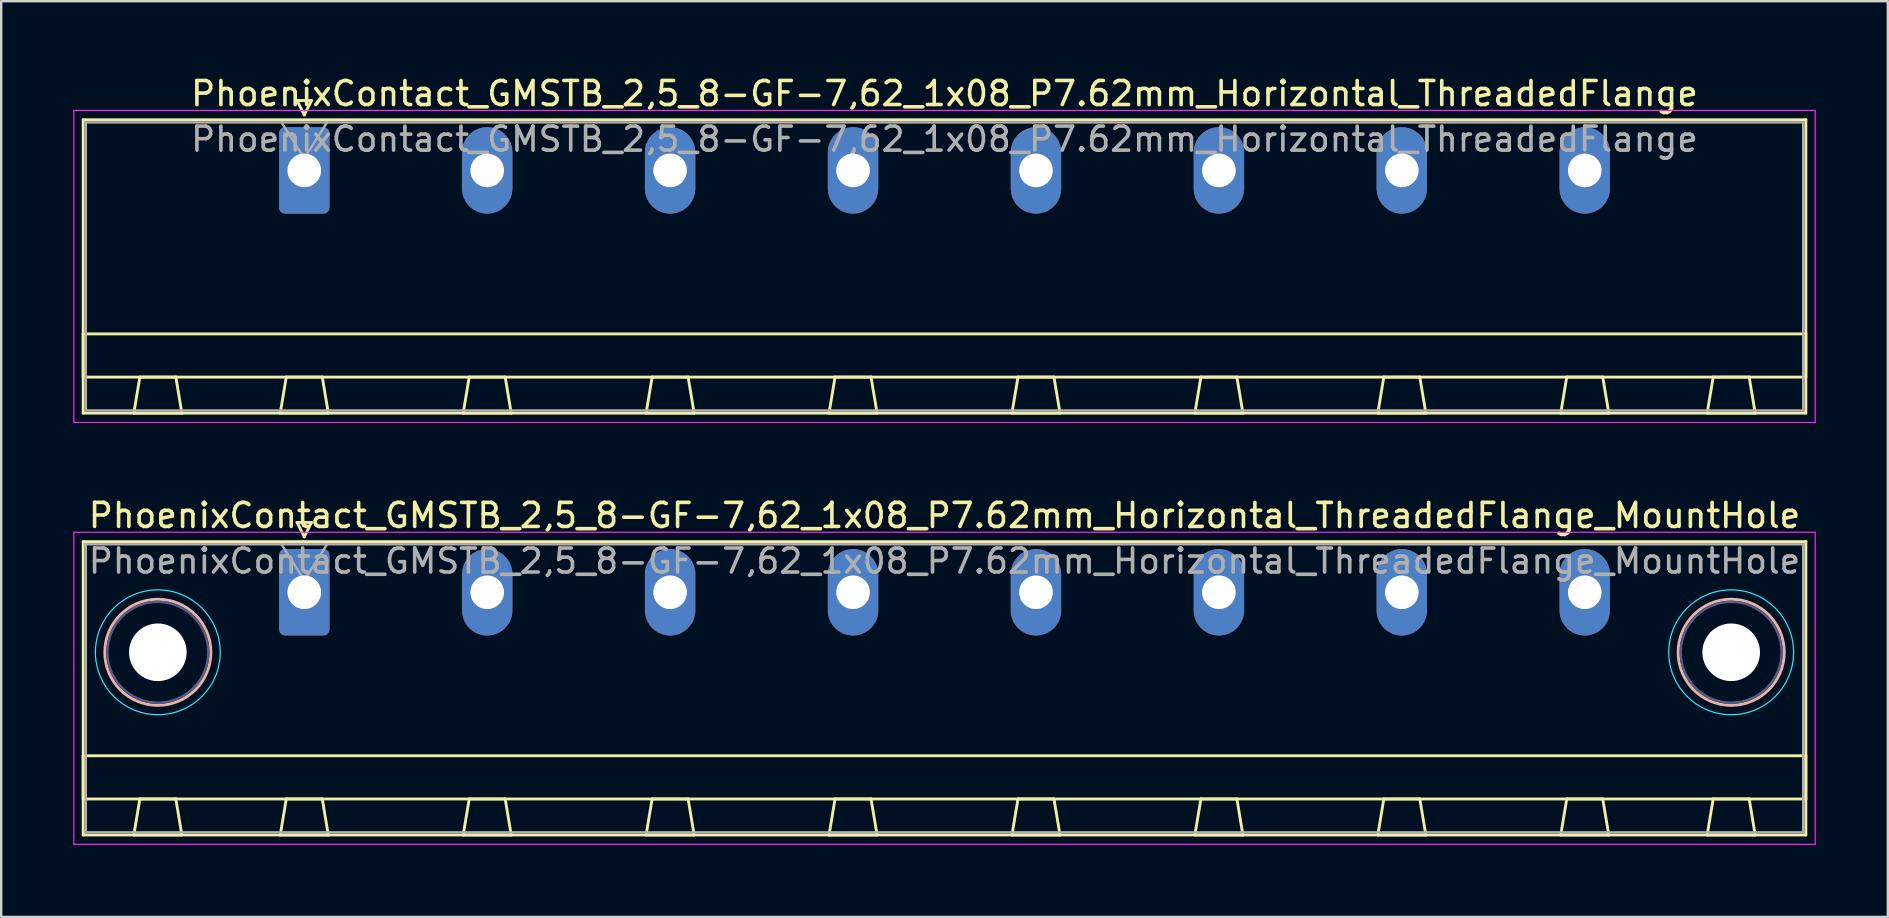
<source format=kicad_pcb>
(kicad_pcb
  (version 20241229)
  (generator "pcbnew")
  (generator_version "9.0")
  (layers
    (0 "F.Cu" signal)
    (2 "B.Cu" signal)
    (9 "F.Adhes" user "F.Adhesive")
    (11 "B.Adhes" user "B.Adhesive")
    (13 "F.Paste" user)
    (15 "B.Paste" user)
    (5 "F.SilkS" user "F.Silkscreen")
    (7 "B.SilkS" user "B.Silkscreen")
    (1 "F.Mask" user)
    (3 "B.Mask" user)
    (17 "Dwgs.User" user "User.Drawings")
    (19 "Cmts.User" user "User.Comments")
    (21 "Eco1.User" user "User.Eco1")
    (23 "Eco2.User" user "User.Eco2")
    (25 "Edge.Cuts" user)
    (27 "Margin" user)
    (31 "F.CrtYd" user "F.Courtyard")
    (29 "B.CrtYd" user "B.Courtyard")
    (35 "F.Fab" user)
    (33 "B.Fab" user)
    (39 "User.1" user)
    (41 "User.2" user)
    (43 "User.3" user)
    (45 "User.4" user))
  (footprint "PhoenixContact_GMSTB_2,5_8-GF-7,62_1x08_P7.62mm_Horizontal_ThreadedFlange_MountHole"
    (layer "F.Cu")
    (at 9.625 21.622)
    (property "Reference" "PhoenixContact_GMSTB_2,5_8-GF-7,62_1x08_P7.62mm_Horizontal_ThreadedFlange_MountHole" (at 26.67 -3.2 0) (layer "F.SilkS") (effects (font (size 1 1) (thickness 0.15))))
    (attr through_hole)
    (fp_line (start -9.21 -2.11) (end -9.21 10.11) (stroke (width 0.12) (type solid)) (layer "F.SilkS"))
    (fp_line (start -9.21 6.81) (end 62.55 6.81) (stroke (width 0.12) (type solid)) (layer "F.SilkS"))
    (fp_line (start -9.21 8.61) (end -9.21 6.81) (stroke (width 0.12) (type solid)) (layer "F.SilkS"))
    (fp_line (start -9.21 10.11) (end 62.55 10.11) (stroke (width 0.12) (type solid)) (layer "F.SilkS"))
    (fp_line (start -7.1 10.11) (end -5.1 10.11) (stroke (width 0.12) (type solid)) (layer "F.SilkS"))
    (fp_line (start -6.85 8.61) (end -7.1 10.11) (stroke (width 0.12) (type solid)) (layer "F.SilkS"))
    (fp_line (start -5.35 8.61) (end -6.85 8.61) (stroke (width 0.12) (type solid)) (layer "F.SilkS"))
    (fp_line (start -5.1 10.11) (end -5.35 8.61) (stroke (width 0.12) (type solid)) (layer "F.SilkS"))
    (fp_line (start -1 10.11) (end 1 10.11) (stroke (width 0.12) (type solid)) (layer "F.SilkS"))
    (fp_line (start -0.75 8.61) (end -1 10.11) (stroke (width 0.12) (type solid)) (layer "F.SilkS"))
    (fp_line (start -0.3 -2.91) (end 0.3 -2.91) (stroke (width 0.12) (type solid)) (layer "F.SilkS"))
    (fp_line (start 0 -2.31) (end -0.3 -2.91) (stroke (width 0.12) (type solid)) (layer "F.SilkS"))
    (fp_line (start 0.3 -2.91) (end 0 -2.31) (stroke (width 0.12) (type solid)) (layer "F.SilkS"))
    (fp_line (start 0.75 8.61) (end -0.75 8.61) (stroke (width 0.12) (type solid)) (layer "F.SilkS"))
    (fp_line (start 1 10.11) (end 0.75 8.61) (stroke (width 0.12) (type solid)) (layer "F.SilkS"))
    (fp_line (start 6.62 10.11) (end 8.62 10.11) (stroke (width 0.12) (type solid)) (layer "F.SilkS"))
    (fp_line (start 6.87 8.61) (end 6.62 10.11) (stroke (width 0.12) (type solid)) (layer "F.SilkS"))
    (fp_line (start 8.37 8.61) (end 6.87 8.61) (stroke (width 0.12) (type solid)) (layer "F.SilkS"))
    (fp_line (start 8.62 10.11) (end 8.37 8.61) (stroke (width 0.12) (type solid)) (layer "F.SilkS"))
    (fp_line (start 14.24 10.11) (end 16.24 10.11) (stroke (width 0.12) (type solid)) (layer "F.SilkS"))
    (fp_line (start 14.49 8.61) (end 14.24 10.11) (stroke (width 0.12) (type solid)) (layer "F.SilkS"))
    (fp_line (start 15.99 8.61) (end 14.49 8.61) (stroke (width 0.12) (type solid)) (layer "F.SilkS"))
    (fp_line (start 16.24 10.11) (end 15.99 8.61) (stroke (width 0.12) (type solid)) (layer "F.SilkS"))
    (fp_line (start 21.86 10.11) (end 23.86 10.11) (stroke (width 0.12) (type solid)) (layer "F.SilkS"))
    (fp_line (start 22.11 8.61) (end 21.86 10.11) (stroke (width 0.12) (type solid)) (layer "F.SilkS"))
    (fp_line (start 23.61 8.61) (end 22.11 8.61) (stroke (width 0.12) (type solid)) (layer "F.SilkS"))
    (fp_line (start 23.86 10.11) (end 23.61 8.61) (stroke (width 0.12) (type solid)) (layer "F.SilkS"))
    (fp_line (start 29.48 10.11) (end 31.48 10.11) (stroke (width 0.12) (type solid)) (layer "F.SilkS"))
    (fp_line (start 29.73 8.61) (end 29.48 10.11) (stroke (width 0.12) (type solid)) (layer "F.SilkS"))
    (fp_line (start 31.23 8.61) (end 29.73 8.61) (stroke (width 0.12) (type solid)) (layer "F.SilkS"))
    (fp_line (start 31.48 10.11) (end 31.23 8.61) (stroke (width 0.12) (type solid)) (layer "F.SilkS"))
    (fp_line (start 37.1 10.11) (end 39.1 10.11) (stroke (width 0.12) (type solid)) (layer "F.SilkS"))
    (fp_line (start 37.35 8.61) (end 37.1 10.11) (stroke (width 0.12) (type solid)) (layer "F.SilkS"))
    (fp_line (start 38.85 8.61) (end 37.35 8.61) (stroke (width 0.12) (type solid)) (layer "F.SilkS"))
    (fp_line (start 39.1 10.11) (end 38.85 8.61) (stroke (width 0.12) (type solid)) (layer "F.SilkS"))
    (fp_line (start 44.72 10.11) (end 46.72 10.11) (stroke (width 0.12) (type solid)) (layer "F.SilkS"))
    (fp_line (start 44.97 8.61) (end 44.72 10.11) (stroke (width 0.12) (type solid)) (layer "F.SilkS"))
    (fp_line (start 46.47 8.61) (end 44.97 8.61) (stroke (width 0.12) (type solid)) (layer "F.SilkS"))
    (fp_line (start 46.72 10.11) (end 46.47 8.61) (stroke (width 0.12) (type solid)) (layer "F.SilkS"))
    (fp_line (start 52.34 10.11) (end 54.34 10.11) (stroke (width 0.12) (type solid)) (layer "F.SilkS"))
    (fp_line (start 52.59 8.61) (end 52.34 10.11) (stroke (width 0.12) (type solid)) (layer "F.SilkS"))
    (fp_line (start 54.09 8.61) (end 52.59 8.61) (stroke (width 0.12) (type solid)) (layer "F.SilkS"))
    (fp_line (start 54.34 10.11) (end 54.09 8.61) (stroke (width 0.12) (type solid)) (layer "F.SilkS"))
    (fp_line (start 58.44 10.11) (end 60.44 10.11) (stroke (width 0.12) (type solid)) (layer "F.SilkS"))
    (fp_line (start 58.69 8.61) (end 58.44 10.11) (stroke (width 0.12) (type solid)) (layer "F.SilkS"))
    (fp_line (start 60.19 8.61) (end 58.69 8.61) (stroke (width 0.12) (type solid)) (layer "F.SilkS"))
    (fp_line (start 60.44 10.11) (end 60.19 8.61) (stroke (width 0.12) (type solid)) (layer "F.SilkS"))
    (fp_line (start 62.55 -2.11) (end -9.21 -2.11) (stroke (width 0.12) (type solid)) (layer "F.SilkS"))
    (fp_line (start 62.55 6.81) (end 62.55 8.61) (stroke (width 0.12) (type solid)) (layer "F.SilkS"))
    (fp_line (start 62.55 8.61) (end -9.21 8.61) (stroke (width 0.12) (type solid)) (layer "F.SilkS"))
    (fp_line (start 62.55 10.11) (end 62.55 -2.11) (stroke (width 0.12) (type solid)) (layer "F.SilkS"))
    (fp_circle (center -6.1 2.5) (end -3.89 2.5) (stroke (width 0.12) (type solid)) (fill no) (layer "B.SilkS"))
    (fp_circle (center 59.44 2.5) (end 61.65 2.5) (stroke (width 0.12) (type solid)) (fill no) (layer "B.SilkS"))
    (fp_circle (center -6.1 2.5) (end -3.5 2.5) (stroke (width 0.05) (type solid)) (fill no) (layer "B.CrtYd"))
    (fp_circle (center 59.44 2.5) (end 62.04 2.5) (stroke (width 0.05) (type solid)) (fill no) (layer "B.CrtYd"))
    (fp_line (start -9.6 -2.5) (end -9.6 10.5) (stroke (width 0.05) (type solid)) (layer "F.CrtYd"))
    (fp_line (start -9.6 10.5) (end 62.94 10.5) (stroke (width 0.05) (type solid)) (layer "F.CrtYd"))
    (fp_line (start 62.94 -2.5) (end -9.6 -2.5) (stroke (width 0.05) (type solid)) (layer "F.CrtYd"))
    (fp_line (start 62.94 10.5) (end 62.94 -2.5) (stroke (width 0.05) (type solid)) (layer "F.CrtYd"))
    (fp_circle (center -6.1 2.5) (end -4 2.5) (stroke (width 0.1) (type solid)) (fill no) (layer "B.Fab"))
    (fp_circle (center 59.44 2.5) (end 61.54 2.5) (stroke (width 0.1) (type solid)) (fill no) (layer "B.Fab"))
    (fp_line (start -9.1 -2) (end -9.1 10) (stroke (width 0.1) (type solid)) (layer "F.Fab"))
    (fp_line (start -9.1 10) (end 62.44 10) (stroke (width 0.1) (type solid)) (layer "F.Fab"))
    (fp_line (start 0 -0.5) (end -0.95 -2) (stroke (width 0.1) (type solid)) (layer "F.Fab"))
    (fp_line (start 0.95 -2) (end 0 -0.5) (stroke (width 0.1) (type solid)) (layer "F.Fab"))
    (fp_line (start 62.44 -2) (end -9.1 -2) (stroke (width 0.1) (type solid)) (layer "F.Fab"))
    (fp_line (start 62.44 10) (end 62.44 -2) (stroke (width 0.1) (type solid)) (layer "F.Fab"))
    (fp_text user "${REFERENCE}" (at 26.67 -1.3 0) (layer "F.Fab") (effects (font (size 1 1) (thickness 0.15))))
    (pad "" np_thru_hole circle (at -6.1 2.5) (size 2.4 2.4) (drill 2.4) (layers "*.Cu" "*.Mask"))
    (pad "" np_thru_hole circle (at 59.44 2.5) (size 2.4 2.4) (drill 2.4) (layers "*.Cu" "*.Mask"))
    (pad "1" thru_hole roundrect (at 0 0) (size 2.1 3.6) (drill 1.4) (layers "*.Cu" "*.Mask") (roundrect_rratio 0.119))
    (pad "2" thru_hole oval (at 7.62 0) (size 2.1 3.6) (drill 1.4) (layers "*.Cu" "*.Mask"))
    (pad "3" thru_hole oval (at 15.24 0) (size 2.1 3.6) (drill 1.4) (layers "*.Cu" "*.Mask"))
    (pad "4" thru_hole oval (at 22.86 0) (size 2.1 3.6) (drill 1.4) (layers "*.Cu" "*.Mask"))
    (pad "5" thru_hole oval (at 30.48 0) (size 2.1 3.6) (drill 1.4) (layers "*.Cu" "*.Mask"))
    (pad "6" thru_hole oval (at 38.1 0) (size 2.1 3.6) (drill 1.4) (layers "*.Cu" "*.Mask"))
    (pad "7" thru_hole oval (at 45.72 0) (size 2.1 3.6) (drill 1.4) (layers "*.Cu" "*.Mask"))
    (pad "8" thru_hole oval (at 53.34 0) (size 2.1 3.6) (drill 1.4) (layers "*.Cu" "*.Mask")))
  (footprint "PhoenixContact_GMSTB_2,5_8-GF-7,62_1x08_P7.62mm_Horizontal_ThreadedFlange"
    (layer "F.Cu")
    (at 9.625 4.048)
    (property "Reference" "PhoenixContact_GMSTB_2,5_8-GF-7,62_1x08_P7.62mm_Horizontal_ThreadedFlange" (at 26.67 -3.2 0) (layer "F.SilkS") (effects (font (size 1 1) (thickness 0.15))))
    (attr through_hole)
    (fp_line (start -9.21 -2.11) (end -9.21 10.11) (stroke (width 0.12) (type solid)) (layer "F.SilkS"))
    (fp_line (start -9.21 6.81) (end 62.55 6.81) (stroke (width 0.12) (type solid)) (layer "F.SilkS"))
    (fp_line (start -9.21 8.61) (end -9.21 6.81) (stroke (width 0.12) (type solid)) (layer "F.SilkS"))
    (fp_line (start -9.21 10.11) (end 62.55 10.11) (stroke (width 0.12) (type solid)) (layer "F.SilkS"))
    (fp_line (start -7.1 10.11) (end -5.1 10.11) (stroke (width 0.12) (type solid)) (layer "F.SilkS"))
    (fp_line (start -6.85 8.61) (end -7.1 10.11) (stroke (width 0.12) (type solid)) (layer "F.SilkS"))
    (fp_line (start -5.35 8.61) (end -6.85 8.61) (stroke (width 0.12) (type solid)) (layer "F.SilkS"))
    (fp_line (start -5.1 10.11) (end -5.35 8.61) (stroke (width 0.12) (type solid)) (layer "F.SilkS"))
    (fp_line (start -1 10.11) (end 1 10.11) (stroke (width 0.12) (type solid)) (layer "F.SilkS"))
    (fp_line (start -0.75 8.61) (end -1 10.11) (stroke (width 0.12) (type solid)) (layer "F.SilkS"))
    (fp_line (start -0.3 -2.91) (end 0.3 -2.91) (stroke (width 0.12) (type solid)) (layer "F.SilkS"))
    (fp_line (start 0 -2.31) (end -0.3 -2.91) (stroke (width 0.12) (type solid)) (layer "F.SilkS"))
    (fp_line (start 0.3 -2.91) (end 0 -2.31) (stroke (width 0.12) (type solid)) (layer "F.SilkS"))
    (fp_line (start 0.75 8.61) (end -0.75 8.61) (stroke (width 0.12) (type solid)) (layer "F.SilkS"))
    (fp_line (start 1 10.11) (end 0.75 8.61) (stroke (width 0.12) (type solid)) (layer "F.SilkS"))
    (fp_line (start 6.62 10.11) (end 8.62 10.11) (stroke (width 0.12) (type solid)) (layer "F.SilkS"))
    (fp_line (start 6.87 8.61) (end 6.62 10.11) (stroke (width 0.12) (type solid)) (layer "F.SilkS"))
    (fp_line (start 8.37 8.61) (end 6.87 8.61) (stroke (width 0.12) (type solid)) (layer "F.SilkS"))
    (fp_line (start 8.62 10.11) (end 8.37 8.61) (stroke (width 0.12) (type solid)) (layer "F.SilkS"))
    (fp_line (start 14.24 10.11) (end 16.24 10.11) (stroke (width 0.12) (type solid)) (layer "F.SilkS"))
    (fp_line (start 14.49 8.61) (end 14.24 10.11) (stroke (width 0.12) (type solid)) (layer "F.SilkS"))
    (fp_line (start 15.99 8.61) (end 14.49 8.61) (stroke (width 0.12) (type solid)) (layer "F.SilkS"))
    (fp_line (start 16.24 10.11) (end 15.99 8.61) (stroke (width 0.12) (type solid)) (layer "F.SilkS"))
    (fp_line (start 21.86 10.11) (end 23.86 10.11) (stroke (width 0.12) (type solid)) (layer "F.SilkS"))
    (fp_line (start 22.11 8.61) (end 21.86 10.11) (stroke (width 0.12) (type solid)) (layer "F.SilkS"))
    (fp_line (start 23.61 8.61) (end 22.11 8.61) (stroke (width 0.12) (type solid)) (layer "F.SilkS"))
    (fp_line (start 23.86 10.11) (end 23.61 8.61) (stroke (width 0.12) (type solid)) (layer "F.SilkS"))
    (fp_line (start 29.48 10.11) (end 31.48 10.11) (stroke (width 0.12) (type solid)) (layer "F.SilkS"))
    (fp_line (start 29.73 8.61) (end 29.48 10.11) (stroke (width 0.12) (type solid)) (layer "F.SilkS"))
    (fp_line (start 31.23 8.61) (end 29.73 8.61) (stroke (width 0.12) (type solid)) (layer "F.SilkS"))
    (fp_line (start 31.48 10.11) (end 31.23 8.61) (stroke (width 0.12) (type solid)) (layer "F.SilkS"))
    (fp_line (start 37.1 10.11) (end 39.1 10.11) (stroke (width 0.12) (type solid)) (layer "F.SilkS"))
    (fp_line (start 37.35 8.61) (end 37.1 10.11) (stroke (width 0.12) (type solid)) (layer "F.SilkS"))
    (fp_line (start 38.85 8.61) (end 37.35 8.61) (stroke (width 0.12) (type solid)) (layer "F.SilkS"))
    (fp_line (start 39.1 10.11) (end 38.85 8.61) (stroke (width 0.12) (type solid)) (layer "F.SilkS"))
    (fp_line (start 44.72 10.11) (end 46.72 10.11) (stroke (width 0.12) (type solid)) (layer "F.SilkS"))
    (fp_line (start 44.97 8.61) (end 44.72 10.11) (stroke (width 0.12) (type solid)) (layer "F.SilkS"))
    (fp_line (start 46.47 8.61) (end 44.97 8.61) (stroke (width 0.12) (type solid)) (layer "F.SilkS"))
    (fp_line (start 46.72 10.11) (end 46.47 8.61) (stroke (width 0.12) (type solid)) (layer "F.SilkS"))
    (fp_line (start 52.34 10.11) (end 54.34 10.11) (stroke (width 0.12) (type solid)) (layer "F.SilkS"))
    (fp_line (start 52.59 8.61) (end 52.34 10.11) (stroke (width 0.12) (type solid)) (layer "F.SilkS"))
    (fp_line (start 54.09 8.61) (end 52.59 8.61) (stroke (width 0.12) (type solid)) (layer "F.SilkS"))
    (fp_line (start 54.34 10.11) (end 54.09 8.61) (stroke (width 0.12) (type solid)) (layer "F.SilkS"))
    (fp_line (start 58.44 10.11) (end 60.44 10.11) (stroke (width 0.12) (type solid)) (layer "F.SilkS"))
    (fp_line (start 58.69 8.61) (end 58.44 10.11) (stroke (width 0.12) (type solid)) (layer "F.SilkS"))
    (fp_line (start 60.19 8.61) (end 58.69 8.61) (stroke (width 0.12) (type solid)) (layer "F.SilkS"))
    (fp_line (start 60.44 10.11) (end 60.19 8.61) (stroke (width 0.12) (type solid)) (layer "F.SilkS"))
    (fp_line (start 62.55 -2.11) (end -9.21 -2.11) (stroke (width 0.12) (type solid)) (layer "F.SilkS"))
    (fp_line (start 62.55 6.81) (end 62.55 8.61) (stroke (width 0.12) (type solid)) (layer "F.SilkS"))
    (fp_line (start 62.55 8.61) (end -9.21 8.61) (stroke (width 0.12) (type solid)) (layer "F.SilkS"))
    (fp_line (start 62.55 10.11) (end 62.55 -2.11) (stroke (width 0.12) (type solid)) (layer "F.SilkS"))
    (fp_line (start -9.6 -2.5) (end -9.6 10.5) (stroke (width 0.05) (type solid)) (layer "F.CrtYd"))
    (fp_line (start -9.6 10.5) (end 62.94 10.5) (stroke (width 0.05) (type solid)) (layer "F.CrtYd"))
    (fp_line (start 62.94 -2.5) (end -9.6 -2.5) (stroke (width 0.05) (type solid)) (layer "F.CrtYd"))
    (fp_line (start 62.94 10.5) (end 62.94 -2.5) (stroke (width 0.05) (type solid)) (layer "F.CrtYd"))
    (fp_line (start -9.1 -2) (end -9.1 10) (stroke (width 0.1) (type solid)) (layer "F.Fab"))
    (fp_line (start -9.1 10) (end 62.44 10) (stroke (width 0.1) (type solid)) (layer "F.Fab"))
    (fp_line (start 0 -0.5) (end -0.95 -2) (stroke (width 0.1) (type solid)) (layer "F.Fab"))
    (fp_line (start 0.95 -2) (end 0 -0.5) (stroke (width 0.1) (type solid)) (layer "F.Fab"))
    (fp_line (start 62.44 -2) (end -9.1 -2) (stroke (width 0.1) (type solid)) (layer "F.Fab"))
    (fp_line (start 62.44 10) (end 62.44 -2) (stroke (width 0.1) (type solid)) (layer "F.Fab"))
    (fp_text user "${REFERENCE}" (at 26.67 -1.3 0) (layer "F.Fab") (effects (font (size 1 1) (thickness 0.15))))
    (pad "1" thru_hole roundrect (at 0 0) (size 2.1 3.6) (drill 1.4) (layers "*.Cu" "*.Mask") (roundrect_rratio 0.119))
    (pad "2" thru_hole oval (at 7.62 0) (size 2.1 3.6) (drill 1.4) (layers "*.Cu" "*.Mask"))
    (pad "3" thru_hole oval (at 15.24 0) (size 2.1 3.6) (drill 1.4) (layers "*.Cu" "*.Mask"))
    (pad "4" thru_hole oval (at 22.86 0) (size 2.1 3.6) (drill 1.4) (layers "*.Cu" "*.Mask"))
    (pad "5" thru_hole oval (at 30.48 0) (size 2.1 3.6) (drill 1.4) (layers "*.Cu" "*.Mask"))
    (pad "6" thru_hole oval (at 38.1 0) (size 2.1 3.6) (drill 1.4) (layers "*.Cu" "*.Mask"))
    (pad "7" thru_hole oval (at 45.72 0) (size 2.1 3.6) (drill 1.4) (layers "*.Cu" "*.Mask"))
    (pad "8" thru_hole oval (at 53.34 0) (size 2.1 3.6) (drill 1.4) (layers "*.Cu" "*.Mask")))
  (gr_rect
    (start -3 -3)
    (end 75.59 35.147)
    (stroke (width 0.1) (type default))
    (fill no)
    (layer "Edge.Cuts")))
</source>
